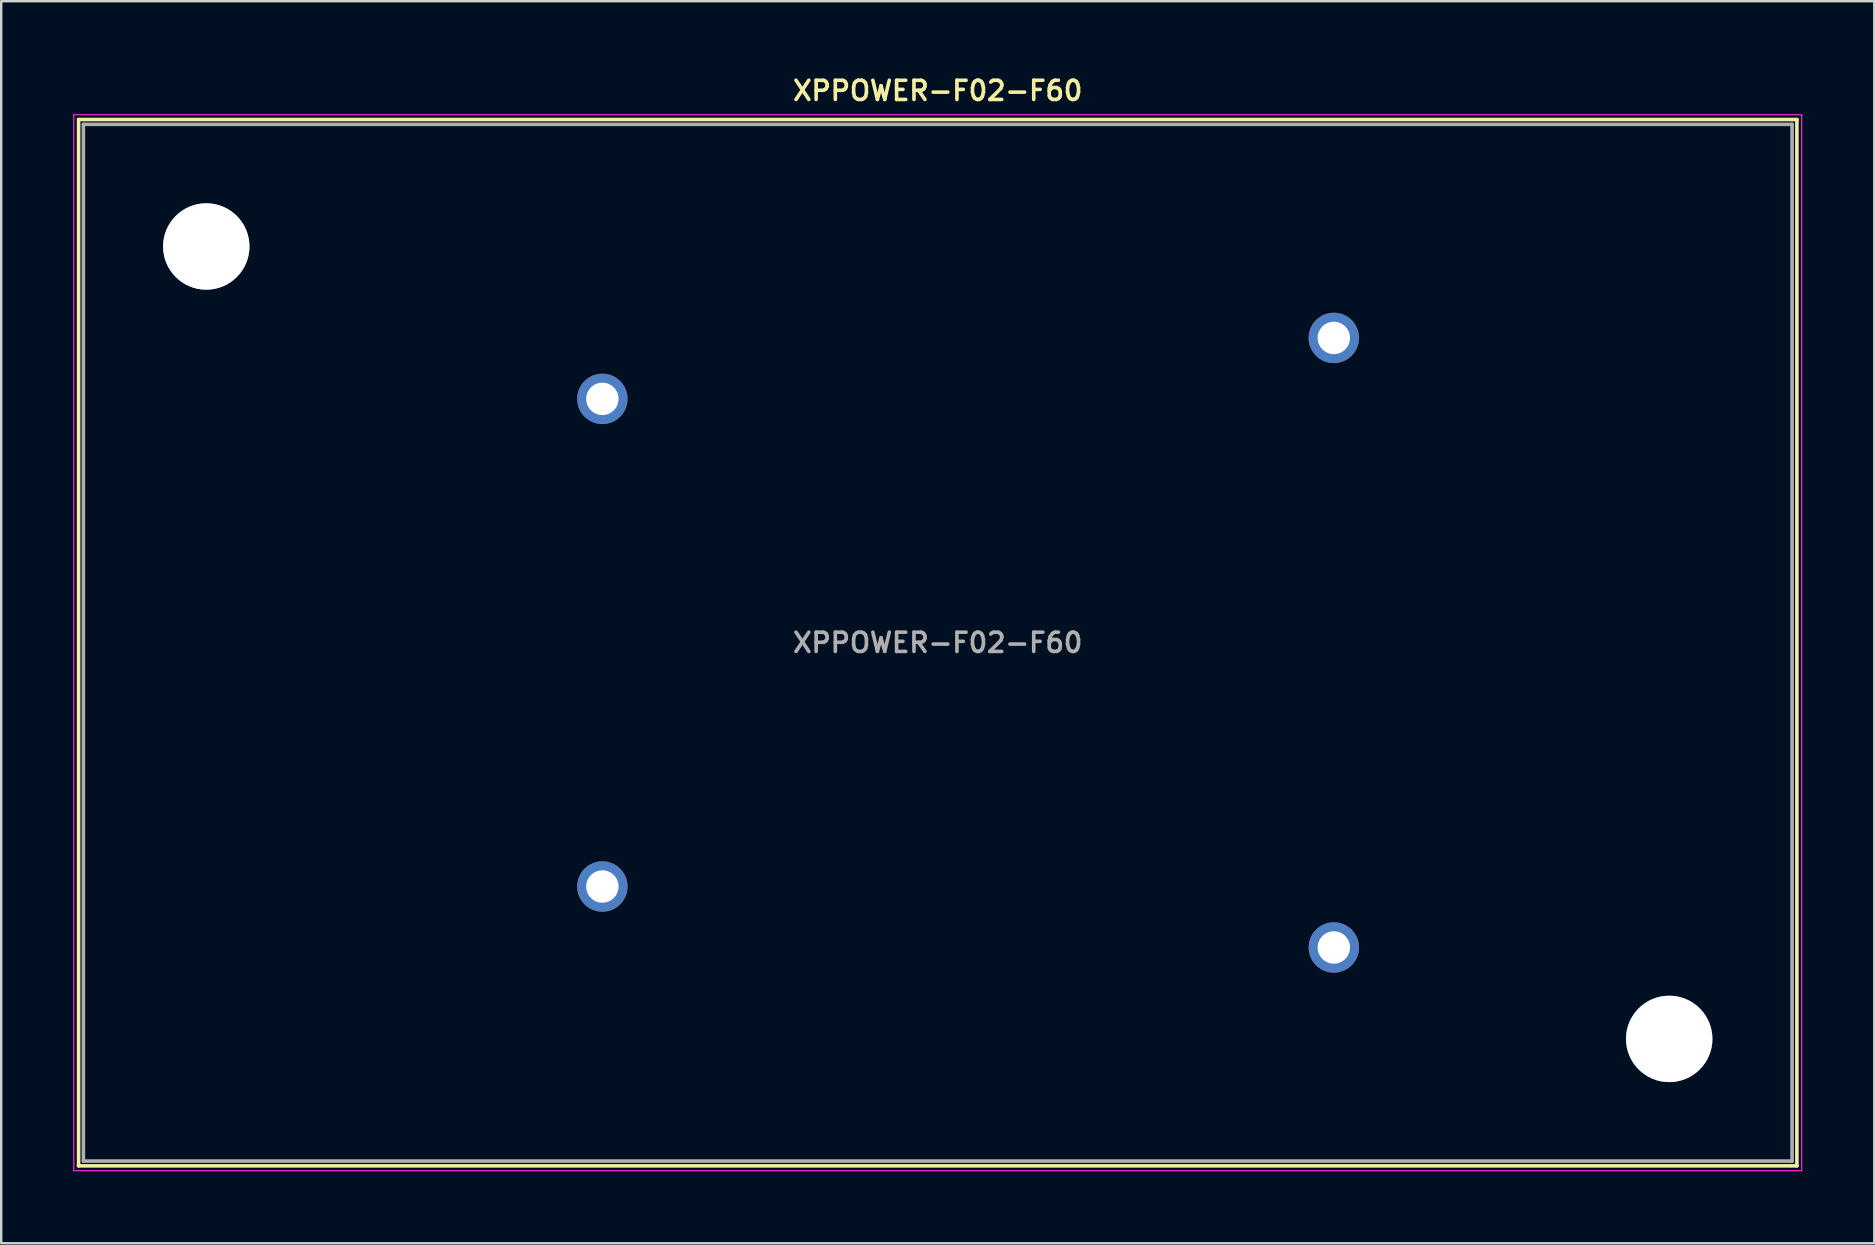
<source format=kicad_pcb>
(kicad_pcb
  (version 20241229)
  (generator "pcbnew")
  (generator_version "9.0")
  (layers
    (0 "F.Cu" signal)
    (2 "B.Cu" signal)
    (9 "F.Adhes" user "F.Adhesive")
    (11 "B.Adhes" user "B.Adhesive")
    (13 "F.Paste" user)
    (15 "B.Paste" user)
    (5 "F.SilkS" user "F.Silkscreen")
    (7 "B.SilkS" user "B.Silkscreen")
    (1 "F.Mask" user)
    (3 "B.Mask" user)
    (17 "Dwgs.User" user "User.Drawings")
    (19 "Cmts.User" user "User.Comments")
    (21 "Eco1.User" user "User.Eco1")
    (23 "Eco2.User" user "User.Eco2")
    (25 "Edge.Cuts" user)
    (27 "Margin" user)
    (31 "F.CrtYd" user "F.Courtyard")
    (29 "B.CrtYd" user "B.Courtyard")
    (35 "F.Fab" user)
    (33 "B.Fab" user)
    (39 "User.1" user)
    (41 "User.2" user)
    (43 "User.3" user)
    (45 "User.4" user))
  (footprint "XPPOWER-F02-F60"
    (layer "F.Cu")
    (at 36.025 23.731)
    (property "Reference" "XPPOWER-F02-F60" (at 0 -23 0) (layer "F.SilkS") (effects (font (size 0.8 0.8) (thickness 0.15))))
    (attr through_hole)
    (fp_line (start -35.8 -21.8) (end 35.8 -21.8) (stroke (width 0.15) (type solid)) (layer "F.SilkS"))
    (fp_line (start -35.8 21.8) (end -35.8 -21.8) (stroke (width 0.15) (type solid)) (layer "F.SilkS"))
    (fp_line (start 35.8 -21.8) (end 35.8 21.8) (stroke (width 0.15) (type solid)) (layer "F.SilkS"))
    (fp_line (start 35.8 21.8) (end -35.8 21.8) (stroke (width 0.15) (type solid)) (layer "F.SilkS"))
    (fp_line (start -36 -22) (end 36 -22) (stroke (width 0.05) (type solid)) (layer "F.CrtYd"))
    (fp_line (start -36 22) (end -36 -22) (stroke (width 0.05) (type solid)) (layer "F.CrtYd"))
    (fp_line (start 36 -22) (end 36 22) (stroke (width 0.05) (type solid)) (layer "F.CrtYd"))
    (fp_line (start 36 22) (end -36 22) (stroke (width 0.05) (type solid)) (layer "F.CrtYd"))
    (fp_line (start -35.6 -21.6) (end 35.6 -21.6) (stroke (width 0.15) (type solid)) (layer "F.Fab"))
    (fp_line (start -35.6 21.6) (end -35.6 -21.6) (stroke (width 0.15) (type solid)) (layer "F.Fab"))
    (fp_line (start -35.6 21.6) (end 35.6 21.6) (stroke (width 0.15) (type solid)) (layer "F.Fab"))
    (fp_line (start 35.6 -21.6) (end 35.6 21.6) (stroke (width 0.15) (type solid)) (layer "F.Fab"))
    (fp_text user "${REFERENCE}" (at 0 0 0) (layer "F.Fab") (effects (font (size 0.8 0.8) (thickness 0.15))))
    (pad "" thru_hole circle (at -30.48 -16.51) (size 3.6 3.6) (drill 3.6) (layers "*.Cu" "*.Mask"))
    (pad "" thru_hole circle (at 30.48 16.51) (size 3.6 3.6) (drill 3.6) (layers "*.Cu" "*.Mask"))
    (pad "1" thru_hole circle (at -13.975 10.16) (size 2.1 2.1) (drill 1.35) (layers "*.Cu" "*.Mask"))
    (pad "2" thru_hole circle (at -13.975 -10.16) (size 2.1 2.1) (drill 1.35) (layers "*.Cu" "*.Mask"))
    (pad "3" thru_hole circle (at 16.505 12.7) (size 2.1 2.1) (drill 1.35) (layers "*.Cu" "*.Mask"))
    (pad "4" thru_hole circle (at 16.505 -12.7) (size 2.1 2.1) (drill 1.35) (layers "*.Cu" "*.Mask")))
  (gr_rect
    (start -3 -3)
    (end 75.05 48.756)
    (stroke (width 0.1) (type default))
    (fill no)
    (layer "Edge.Cuts")))
</source>
